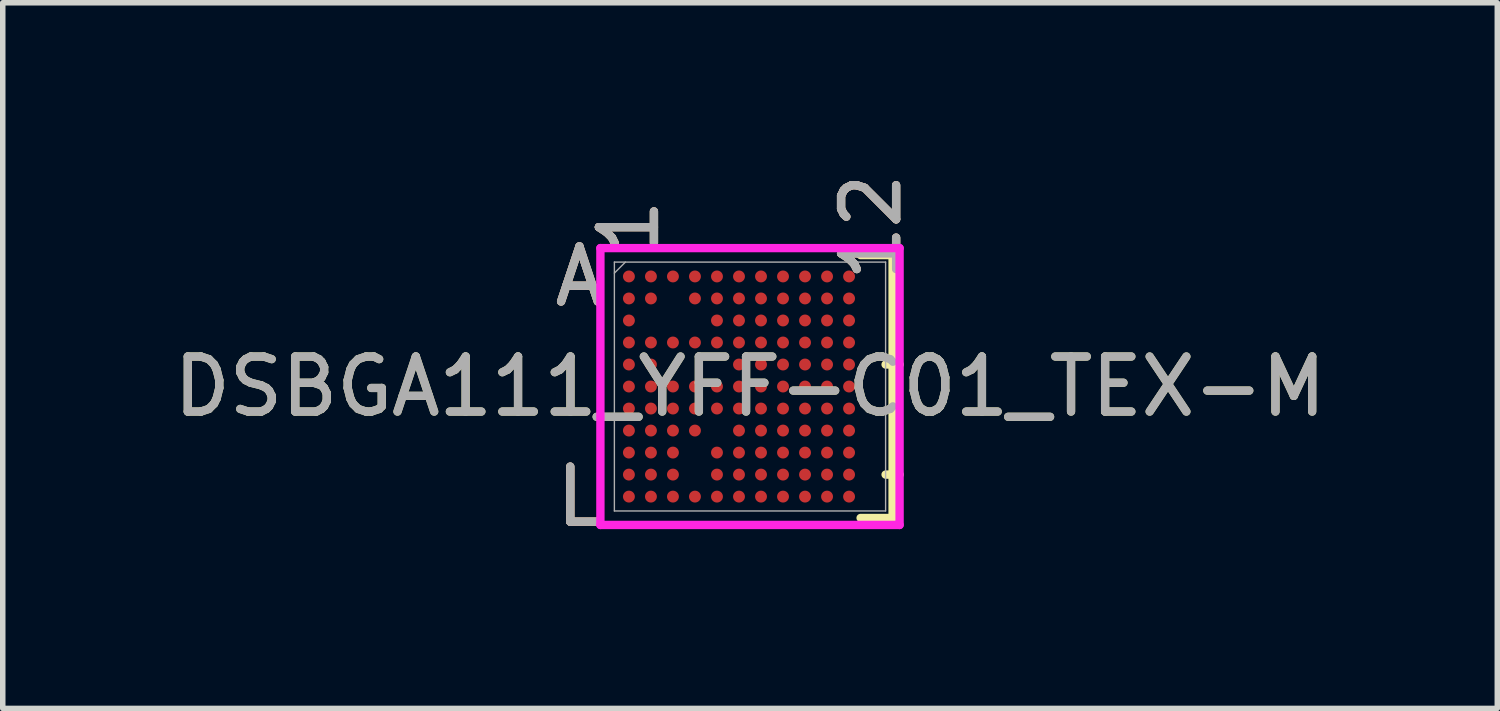
<source format=kicad_pcb>
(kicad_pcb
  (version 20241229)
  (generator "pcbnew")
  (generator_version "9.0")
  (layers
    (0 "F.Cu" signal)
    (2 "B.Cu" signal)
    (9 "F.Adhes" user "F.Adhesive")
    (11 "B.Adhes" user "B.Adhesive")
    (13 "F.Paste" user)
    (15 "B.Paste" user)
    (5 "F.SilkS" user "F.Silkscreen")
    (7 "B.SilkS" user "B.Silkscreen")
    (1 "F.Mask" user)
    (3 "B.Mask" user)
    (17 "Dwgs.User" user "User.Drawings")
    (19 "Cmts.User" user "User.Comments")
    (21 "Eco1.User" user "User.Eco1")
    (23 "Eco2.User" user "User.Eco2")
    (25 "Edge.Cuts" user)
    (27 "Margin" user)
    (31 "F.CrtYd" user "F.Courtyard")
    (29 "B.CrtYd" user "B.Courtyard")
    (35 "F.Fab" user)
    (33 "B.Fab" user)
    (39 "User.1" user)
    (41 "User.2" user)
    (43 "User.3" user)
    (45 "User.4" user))
  (footprint "DSBGA111_YFF-C01_TEX-M"
    (layer "F.Cu")
    (at 10.577 3.973)
    (property "Reference" "DSBGA111_YFF-C01_TEX-M" (at 0 0 0) (unlocked yes) (layer "F.SilkS") (effects (font (size 1 1) (thickness 0.15))))
    (attr smd)
    (fp_line (start 2.01 2.388) (end 2.591 2.388) (stroke (width 0.152) (type solid)) (layer "F.SilkS"))
    (fp_line (start 2.464 -0.4) (end 2.718 -0.4) (stroke (width 0.152) (type solid)) (layer "F.SilkS"))
    (fp_line (start 2.464 1.6) (end 2.718 1.6) (stroke (width 0.152) (type solid)) (layer "F.SilkS"))
    (fp_line (start 2.591 -2.388) (end 2.01 -2.388) (stroke (width 0.152) (type solid)) (layer "F.SilkS"))
    (fp_line (start 2.591 2.388) (end 2.591 -2.388) (stroke (width 0.152) (type solid)) (layer "F.SilkS"))
    (fp_poly (pts (xy -2.845 -2.645) (xy 2.845 -2.645) (xy 2.845 2.645) (xy -2.845 2.645)) (stroke (width 0.1) (type solid)) (fill no) (layer "Eco2.User"))
    (fp_line (start -2.718 -2.515) (end 2.718 -2.515) (stroke (width 0.152) (type solid)) (layer "F.CrtYd"))
    (fp_line (start -2.718 2.515) (end -2.718 -2.515) (stroke (width 0.152) (type solid)) (layer "F.CrtYd"))
    (fp_line (start 2.718 -2.515) (end 2.718 2.515) (stroke (width 0.152) (type solid)) (layer "F.CrtYd"))
    (fp_line (start 2.718 2.515) (end -2.718 2.515) (stroke (width 0.152) (type solid)) (layer "F.CrtYd"))
    (fp_line (start -2.464 -2.261) (end -2.464 2.261) (stroke (width 0.025) (type solid)) (layer "F.Fab"))
    (fp_line (start -2.464 2.261) (end 2.464 2.261) (stroke (width 0.025) (type solid)) (layer "F.Fab"))
    (fp_line (start -2.264 -2.261) (end -2.464 -2.061) (stroke (width 0.025) (type solid)) (layer "F.Fab"))
    (fp_line (start 2.464 -2.261) (end -2.464 -2.261) (stroke (width 0.025) (type solid)) (layer "F.Fab"))
    (fp_line (start 2.464 2.261) (end 2.464 -2.261) (stroke (width 0.025) (type solid)) (layer "F.Fab"))
    (fp_text user "12" (at 2.2 -2.896 90) (unlocked yes) (layer "F.SilkS") (effects (font (size 1 1) (thickness 0.15))))
    (fp_text user "A" (at -3.099 -2 0) (unlocked yes) (layer "F.SilkS") (effects (font (size 1 1) (thickness 0.15))))
    (fp_text user "L" (at -3.099 2 0) (unlocked yes) (layer "F.SilkS") (effects (font (size 1 1) (thickness 0.15))))
    (fp_text user "1" (at -2.2 -2.896 90) (unlocked yes) (layer "F.SilkS") (effects (font (size 1 1) (thickness 0.15))))
    (fp_text user "A" (at -3.099 -2 0) (unlocked yes) (layer "B.SilkS") (effects (font (size 1 1) (thickness 0.15))))
    (fp_text user "12" (at 2.2 -2.896 90) (unlocked yes) (layer "B.SilkS") (effects (font (size 1 1) (thickness 0.15))))
    (fp_text user "1" (at -2.2 -2.896 90) (unlocked yes) (layer "B.SilkS") (effects (font (size 1 1) (thickness 0.15))))
    (fp_text user "L" (at -3.099 2 0) (unlocked yes) (layer "B.SilkS") (effects (font (size 1 1) (thickness 0.15))))
    (fp_text user "L" (at -3.099 2 0) (unlocked yes) (layer "F.Fab") (effects (font (size 1 1) (thickness 0.15))))
    (fp_text user "A" (at -3.099 -2 0) (unlocked yes) (layer "F.Fab") (effects (font (size 1 1) (thickness 0.15))))
    (fp_text user "${REFERENCE}" (at 0 0 0) (unlocked yes) (layer "F.Fab") (effects (font (size 1 1) (thickness 0.15))))
    (fp_text user "12" (at 2.2 -2.896 90) (unlocked yes) (layer "F.Fab") (effects (font (size 1 1) (thickness 0.15))))
    (fp_text user "1" (at -2.2 -2.896 90) (unlocked yes) (layer "F.Fab") (effects (font (size 1 1) (thickness 0.15))))
    (pad "A1" smd circle (at -2.2 -2) (size 0.216 0.216) (layers "F.Cu" "F.Mask" "F.Paste"))
    (pad "A2" smd circle (at -1.8 -2) (size 0.216 0.216) (layers "F.Cu" "F.Mask" "F.Paste"))
    (pad "A3" smd circle (at -1.4 -2) (size 0.216 0.216) (layers "F.Cu" "F.Mask" "F.Paste"))
    (pad "A4" smd circle (at -1 -2) (size 0.216 0.216) (layers "F.Cu" "F.Mask" "F.Paste"))
    (pad "A5" smd circle (at -0.6 -2) (size 0.216 0.216) (layers "F.Cu" "F.Mask" "F.Paste"))
    (pad "A6" smd circle (at -0.2 -2) (size 0.216 0.216) (layers "F.Cu" "F.Mask" "F.Paste"))
    (pad "A7" smd circle (at 0.2 -2) (size 0.216 0.216) (layers "F.Cu" "F.Mask" "F.Paste"))
    (pad "A8" smd circle (at 0.6 -2) (size 0.216 0.216) (layers "F.Cu" "F.Mask" "F.Paste"))
    (pad "A9" smd circle (at 1 -2) (size 0.216 0.216) (layers "F.Cu" "F.Mask" "F.Paste"))
    (pad "A10" smd circle (at 1.4 -2) (size 0.216 0.216) (layers "F.Cu" "F.Mask" "F.Paste"))
    (pad "A11" smd circle (at 1.8 -2) (size 0.216 0.216) (layers "F.Cu" "F.Mask" "F.Paste"))
    (pad "B1" smd circle (at -2.2 -1.6) (size 0.216 0.216) (layers "F.Cu" "F.Mask" "F.Paste"))
    (pad "B2" smd circle (at -1.8 -1.6) (size 0.216 0.216) (layers "F.Cu" "F.Mask" "F.Paste"))
    (pad "B4" smd circle (at -1 -1.6) (size 0.216 0.216) (layers "F.Cu" "F.Mask" "F.Paste"))
    (pad "B5" smd circle (at -0.6 -1.6) (size 0.216 0.216) (layers "F.Cu" "F.Mask" "F.Paste"))
    (pad "B6" smd circle (at -0.2 -1.6) (size 0.216 0.216) (layers "F.Cu" "F.Mask" "F.Paste"))
    (pad "B7" smd circle (at 0.2 -1.6) (size 0.216 0.216) (layers "F.Cu" "F.Mask" "F.Paste"))
    (pad "B8" smd circle (at 0.6 -1.6) (size 0.216 0.216) (layers "F.Cu" "F.Mask" "F.Paste"))
    (pad "B9" smd circle (at 1 -1.6) (size 0.216 0.216) (layers "F.Cu" "F.Mask" "F.Paste"))
    (pad "B10" smd circle (at 1.4 -1.6) (size 0.216 0.216) (layers "F.Cu" "F.Mask" "F.Paste"))
    (pad "B11" smd circle (at 1.8 -1.6) (size 0.216 0.216) (layers "F.Cu" "F.Mask" "F.Paste"))
    (pad "C1" smd circle (at -2.2 -1.2) (size 0.216 0.216) (layers "F.Cu" "F.Mask" "F.Paste"))
    (pad "C5" smd circle (at -0.6 -1.2) (size 0.216 0.216) (layers "F.Cu" "F.Mask" "F.Paste"))
    (pad "C6" smd circle (at -0.2 -1.2) (size 0.216 0.216) (layers "F.Cu" "F.Mask" "F.Paste"))
    (pad "C7" smd circle (at 0.2 -1.2) (size 0.216 0.216) (layers "F.Cu" "F.Mask" "F.Paste"))
    (pad "C8" smd circle (at 0.6 -1.2) (size 0.216 0.216) (layers "F.Cu" "F.Mask" "F.Paste"))
    (pad "C9" smd circle (at 1 -1.2) (size 0.216 0.216) (layers "F.Cu" "F.Mask" "F.Paste"))
    (pad "C10" smd circle (at 1.4 -1.2) (size 0.216 0.216) (layers "F.Cu" "F.Mask" "F.Paste"))
    (pad "C11" smd circle (at 1.8 -1.2) (size 0.216 0.216) (layers "F.Cu" "F.Mask" "F.Paste"))
    (pad "D1" smd circle (at -2.2 -0.8) (size 0.216 0.216) (layers "F.Cu" "F.Mask" "F.Paste"))
    (pad "D2" smd circle (at -1.8 -0.8) (size 0.216 0.216) (layers "F.Cu" "F.Mask" "F.Paste"))
    (pad "D3" smd circle (at -1.4 -0.8) (size 0.216 0.216) (layers "F.Cu" "F.Mask" "F.Paste"))
    (pad "D4" smd circle (at -1 -0.8) (size 0.216 0.216) (layers "F.Cu" "F.Mask" "F.Paste"))
    (pad "D5" smd circle (at -0.6 -0.8) (size 0.216 0.216) (layers "F.Cu" "F.Mask" "F.Paste"))
    (pad "D6" smd circle (at -0.2 -0.8) (size 0.216 0.216) (layers "F.Cu" "F.Mask" "F.Paste"))
    (pad "D7" smd circle (at 0.2 -0.8) (size 0.216 0.216) (layers "F.Cu" "F.Mask" "F.Paste"))
    (pad "D8" smd circle (at 0.6 -0.8) (size 0.216 0.216) (layers "F.Cu" "F.Mask" "F.Paste"))
    (pad "D9" smd circle (at 1 -0.8) (size 0.216 0.216) (layers "F.Cu" "F.Mask" "F.Paste"))
    (pad "D10" smd circle (at 1.4 -0.8) (size 0.216 0.216) (layers "F.Cu" "F.Mask" "F.Paste"))
    (pad "D11" smd circle (at 1.8 -0.8) (size 0.216 0.216) (layers "F.Cu" "F.Mask" "F.Paste"))
    (pad "E1" smd circle (at -2.2 -0.4) (size 0.216 0.216) (layers "F.Cu" "F.Mask" "F.Paste"))
    (pad "E2" smd circle (at -1.8 -0.4) (size 0.216 0.216) (layers "F.Cu" "F.Mask" "F.Paste"))
    (pad "E6" smd circle (at -0.2 -0.4) (size 0.216 0.216) (layers "F.Cu" "F.Mask" "F.Paste"))
    (pad "E7" smd circle (at 0.2 -0.4) (size 0.216 0.216) (layers "F.Cu" "F.Mask" "F.Paste"))
    (pad "E8" smd circle (at 0.6 -0.4) (size 0.216 0.216) (layers "F.Cu" "F.Mask" "F.Paste"))
    (pad "E9" smd circle (at 1 -0.4) (size 0.216 0.216) (layers "F.Cu" "F.Mask" "F.Paste"))
    (pad "E10" smd circle (at 1.4 -0.4) (size 0.216 0.216) (layers "F.Cu" "F.Mask" "F.Paste"))
    (pad "E11" smd circle (at 1.8 -0.4) (size 0.216 0.216) (layers "F.Cu" "F.Mask" "F.Paste"))
    (pad "F1" smd circle (at -2.2 0) (size 0.216 0.216) (layers "F.Cu" "F.Mask" "F.Paste"))
    (pad "F2" smd circle (at -1.8 0) (size 0.216 0.216) (layers "F.Cu" "F.Mask" "F.Paste"))
    (pad "F3" smd circle (at -1.4 0) (size 0.216 0.216) (layers "F.Cu" "F.Mask" "F.Paste"))
    (pad "F4" smd circle (at -1 0) (size 0.216 0.216) (layers "F.Cu" "F.Mask" "F.Paste"))
    (pad "F5" smd circle (at -0.6 0) (size 0.216 0.216) (layers "F.Cu" "F.Mask" "F.Paste"))
    (pad "F6" smd circle (at -0.2 0) (size 0.216 0.216) (layers "F.Cu" "F.Mask" "F.Paste"))
    (pad "F7" smd circle (at 0.2 0) (size 0.216 0.216) (layers "F.Cu" "F.Mask" "F.Paste"))
    (pad "F8" smd circle (at 0.6 0) (size 0.216 0.216) (layers "F.Cu" "F.Mask" "F.Paste"))
    (pad "F9" smd circle (at 1 0) (size 0.216 0.216) (layers "F.Cu" "F.Mask" "F.Paste"))
    (pad "F10" smd circle (at 1.4 0) (size 0.216 0.216) (layers "F.Cu" "F.Mask" "F.Paste"))
    (pad "F11" smd circle (at 1.8 0) (size 0.216 0.216) (layers "F.Cu" "F.Mask" "F.Paste"))
    (pad "G1" smd circle (at -2.2 0.4) (size 0.216 0.216) (layers "F.Cu" "F.Mask" "F.Paste"))
    (pad "G2" smd circle (at -1.8 0.4) (size 0.216 0.216) (layers "F.Cu" "F.Mask" "F.Paste"))
    (pad "G3" smd circle (at -1.4 0.4) (size 0.216 0.216) (layers "F.Cu" "F.Mask" "F.Paste"))
    (pad "G4" smd circle (at -1 0.4) (size 0.216 0.216) (layers "F.Cu" "F.Mask" "F.Paste"))
    (pad "G5" smd circle (at -0.6 0.4) (size 0.216 0.216) (layers "F.Cu" "F.Mask" "F.Paste"))
    (pad "G6" smd circle (at -0.2 0.4) (size 0.216 0.216) (layers "F.Cu" "F.Mask" "F.Paste"))
    (pad "G7" smd circle (at 0.2 0.4) (size 0.216 0.216) (layers "F.Cu" "F.Mask" "F.Paste"))
    (pad "G8" smd circle (at 0.6 0.4) (size 0.216 0.216) (layers "F.Cu" "F.Mask" "F.Paste"))
    (pad "G9" smd circle (at 1 0.4) (size 0.216 0.216) (layers "F.Cu" "F.Mask" "F.Paste"))
    (pad "G10" smd circle (at 1.4 0.4) (size 0.216 0.216) (layers "F.Cu" "F.Mask" "F.Paste"))
    (pad "G11" smd circle (at 1.8 0.4) (size 0.216 0.216) (layers "F.Cu" "F.Mask" "F.Paste"))
    (pad "H1" smd circle (at -2.2 0.8) (size 0.216 0.216) (layers "F.Cu" "F.Mask" "F.Paste"))
    (pad "H2" smd circle (at -1.8 0.8) (size 0.216 0.216) (layers "F.Cu" "F.Mask" "F.Paste"))
    (pad "H3" smd circle (at -1.4 0.8) (size 0.216 0.216) (layers "F.Cu" "F.Mask" "F.Paste"))
    (pad "H4" smd circle (at -1 0.8) (size 0.216 0.216) (layers "F.Cu" "F.Mask" "F.Paste"))
    (pad "H6" smd circle (at -0.2 0.8) (size 0.216 0.216) (layers "F.Cu" "F.Mask" "F.Paste"))
    (pad "H7" smd circle (at 0.2 0.8) (size 0.216 0.216) (layers "F.Cu" "F.Mask" "F.Paste"))
    (pad "H8" smd circle (at 0.6 0.8) (size 0.216 0.216) (layers "F.Cu" "F.Mask" "F.Paste"))
    (pad "H9" smd circle (at 1 0.8) (size 0.216 0.216) (layers "F.Cu" "F.Mask" "F.Paste"))
    (pad "H10" smd circle (at 1.4 0.8) (size 0.216 0.216) (layers "F.Cu" "F.Mask" "F.Paste"))
    (pad "H11" smd circle (at 1.8 0.8) (size 0.216 0.216) (layers "F.Cu" "F.Mask" "F.Paste"))
    (pad "J1" smd circle (at -2.2 1.2) (size 0.216 0.216) (layers "F.Cu" "F.Mask" "F.Paste"))
    (pad "J2" smd circle (at -1.8 1.2) (size 0.216 0.216) (layers "F.Cu" "F.Mask" "F.Paste"))
    (pad "J3" smd circle (at -1.4 1.2) (size 0.216 0.216) (layers "F.Cu" "F.Mask" "F.Paste"))
    (pad "J5" smd circle (at -0.6 1.2) (size 0.216 0.216) (layers "F.Cu" "F.Mask" "F.Paste"))
    (pad "J6" smd circle (at -0.2 1.2) (size 0.216 0.216) (layers "F.Cu" "F.Mask" "F.Paste"))
    (pad "J7" smd circle (at 0.2 1.2) (size 0.216 0.216) (layers "F.Cu" "F.Mask" "F.Paste"))
    (pad "J8" smd circle (at 0.6 1.2) (size 0.216 0.216) (layers "F.Cu" "F.Mask" "F.Paste"))
    (pad "J9" smd circle (at 1 1.2) (size 0.216 0.216) (layers "F.Cu" "F.Mask" "F.Paste"))
    (pad "J10" smd circle (at 1.4 1.2) (size 0.216 0.216) (layers "F.Cu" "F.Mask" "F.Paste"))
    (pad "J11" smd circle (at 1.8 1.2) (size 0.216 0.216) (layers "F.Cu" "F.Mask" "F.Paste"))
    (pad "K1" smd circle (at -2.2 1.6) (size 0.216 0.216) (layers "F.Cu" "F.Mask" "F.Paste"))
    (pad "K2" smd circle (at -1.8 1.6) (size 0.216 0.216) (layers "F.Cu" "F.Mask" "F.Paste"))
    (pad "K3" smd circle (at -1.4 1.6) (size 0.216 0.216) (layers "F.Cu" "F.Mask" "F.Paste"))
    (pad "K5" smd circle (at -0.6 1.6) (size 0.216 0.216) (layers "F.Cu" "F.Mask" "F.Paste"))
    (pad "K6" smd circle (at -0.2 1.6) (size 0.216 0.216) (layers "F.Cu" "F.Mask" "F.Paste"))
    (pad "K7" smd circle (at 0.2 1.6) (size 0.216 0.216) (layers "F.Cu" "F.Mask" "F.Paste"))
    (pad "K8" smd circle (at 0.6 1.6) (size 0.216 0.216) (layers "F.Cu" "F.Mask" "F.Paste"))
    (pad "K9" smd circle (at 1 1.6) (size 0.216 0.216) (layers "F.Cu" "F.Mask" "F.Paste"))
    (pad "K10" smd circle (at 1.4 1.6) (size 0.216 0.216) (layers "F.Cu" "F.Mask" "F.Paste"))
    (pad "K11" smd circle (at 1.8 1.6) (size 0.216 0.216) (layers "F.Cu" "F.Mask" "F.Paste"))
    (pad "L1" smd circle (at -2.2 2) (size 0.216 0.216) (layers "F.Cu" "F.Mask" "F.Paste"))
    (pad "L2" smd circle (at -1.8 2) (size 0.216 0.216) (layers "F.Cu" "F.Mask" "F.Paste"))
    (pad "L3" smd circle (at -1.4 2) (size 0.216 0.216) (layers "F.Cu" "F.Mask" "F.Paste"))
    (pad "L4" smd circle (at -1 2) (size 0.216 0.216) (layers "F.Cu" "F.Mask" "F.Paste"))
    (pad "L5" smd circle (at -0.6 2) (size 0.216 0.216) (layers "F.Cu" "F.Mask" "F.Paste"))
    (pad "L6" smd circle (at -0.2 2) (size 0.216 0.216) (layers "F.Cu" "F.Mask" "F.Paste"))
    (pad "L7" smd circle (at 0.2 2) (size 0.216 0.216) (layers "F.Cu" "F.Mask" "F.Paste"))
    (pad "L8" smd circle (at 0.6 2) (size 0.216 0.216) (layers "F.Cu" "F.Mask" "F.Paste"))
    (pad "L9" smd circle (at 1 2) (size 0.216 0.216) (layers "F.Cu" "F.Mask" "F.Paste"))
    (pad "L10" smd circle (at 1.4 2) (size 0.216 0.216) (layers "F.Cu" "F.Mask" "F.Paste"))
    (pad "L11" smd circle (at 1.8 2) (size 0.216 0.216) (layers "F.Cu" "F.Mask" "F.Paste")))
  (gr_rect
    (start -3 -3)
    (end 24.155 9.821)
    (stroke (width 0.1) (type default))
    (fill no)
    (layer "Edge.Cuts")))
</source>
